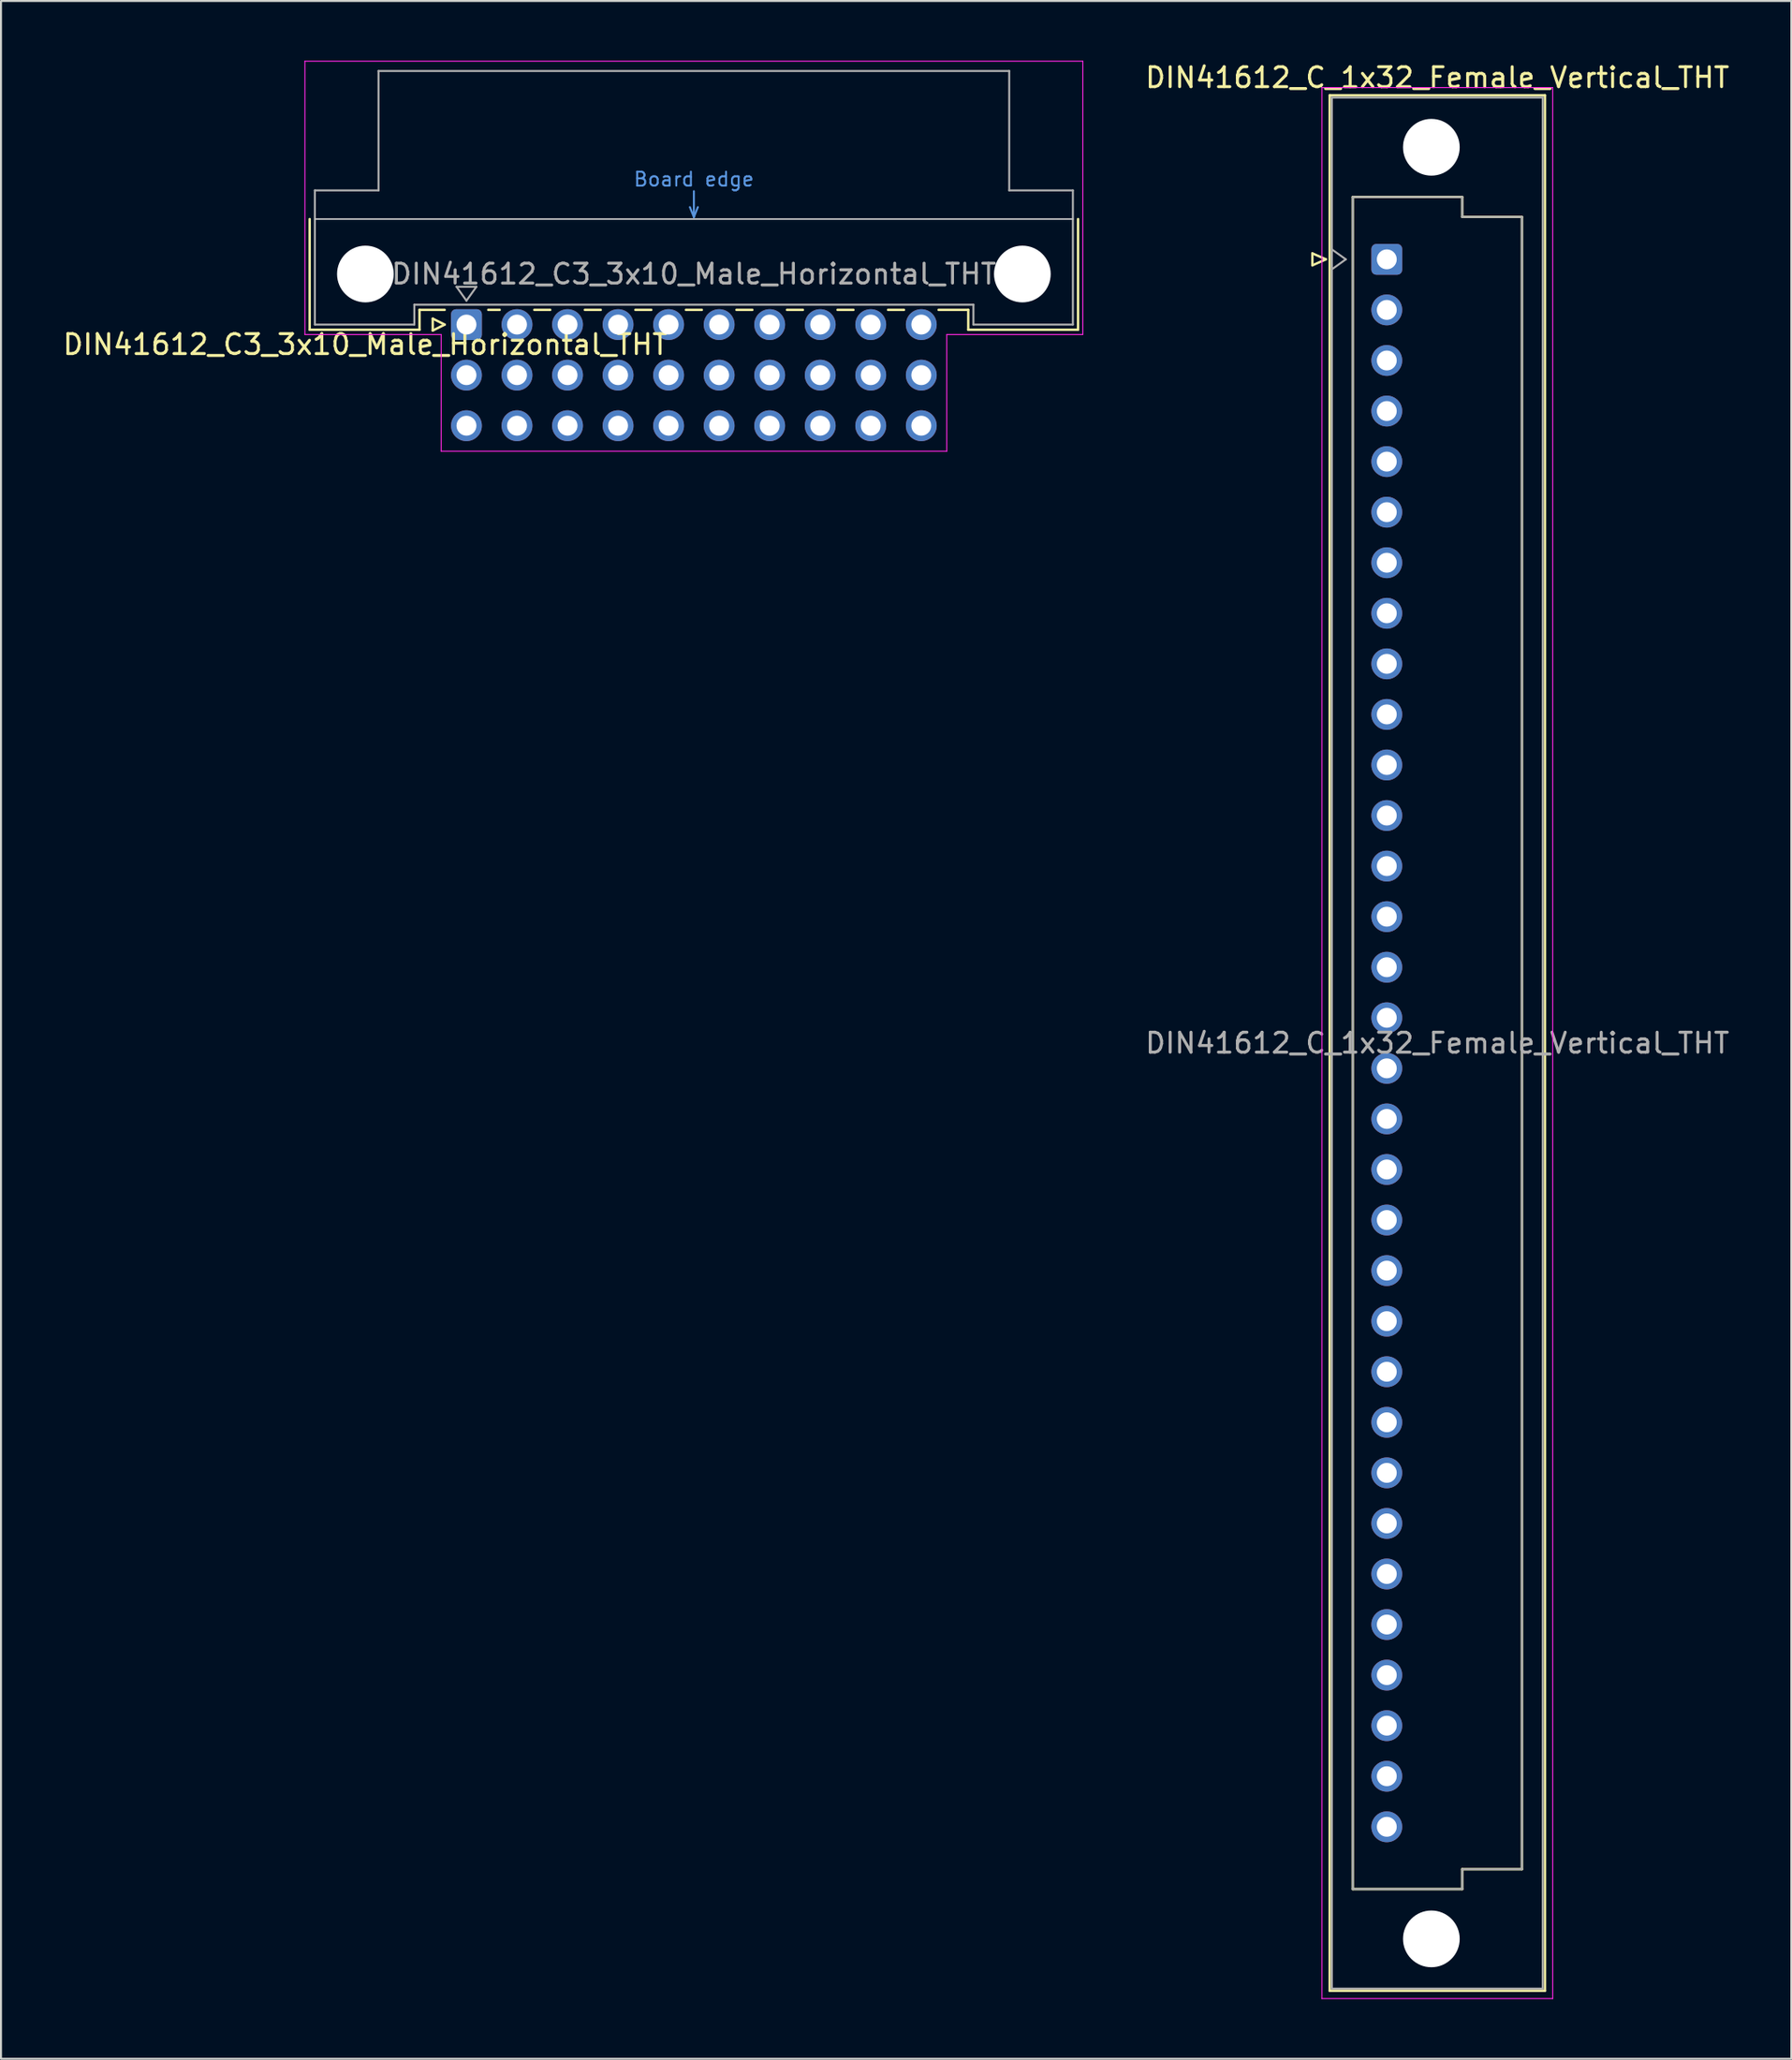
<source format=kicad_pcb>
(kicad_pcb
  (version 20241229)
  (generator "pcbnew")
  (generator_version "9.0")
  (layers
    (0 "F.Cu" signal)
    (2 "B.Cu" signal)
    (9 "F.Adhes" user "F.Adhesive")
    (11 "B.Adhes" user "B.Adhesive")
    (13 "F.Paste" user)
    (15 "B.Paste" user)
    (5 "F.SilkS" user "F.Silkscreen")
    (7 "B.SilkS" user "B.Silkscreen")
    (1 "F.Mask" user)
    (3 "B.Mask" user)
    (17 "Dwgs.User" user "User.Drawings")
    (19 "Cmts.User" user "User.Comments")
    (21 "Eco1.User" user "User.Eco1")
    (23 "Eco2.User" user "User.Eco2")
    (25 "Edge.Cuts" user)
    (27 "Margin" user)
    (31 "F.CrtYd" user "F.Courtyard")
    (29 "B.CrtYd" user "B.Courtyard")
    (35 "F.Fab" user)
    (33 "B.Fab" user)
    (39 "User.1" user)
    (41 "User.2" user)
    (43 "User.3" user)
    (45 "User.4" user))
  (footprint "DIN41612_C_1x32_Female_Vertical_THT"
    (layer "F.Cu")
    (at 66.652 9.978)
    (property "Reference" "DIN41612_C_1x32_Female_Vertical_THT" (at 2.54 -9.13 0) (layer "F.SilkS") (effects (font (size 1 1) (thickness 0.15))))
    (attr through_hole)
    (fp_line (start -3.74 -0.3) (end -3.74 0.3) (stroke (width 0.12) (type solid)) (layer "F.SilkS"))
    (fp_line (start -3.74 0.3) (end -3.06 0) (stroke (width 0.12) (type solid)) (layer "F.SilkS"))
    (fp_line (start -3.06 0) (end -3.74 -0.3) (stroke (width 0.12) (type solid)) (layer "F.SilkS"))
    (fp_line (start -2.87 -8.24) (end 7.95 -8.24) (stroke (width 0.12) (type solid)) (layer "F.SilkS"))
    (fp_line (start -2.87 86.98) (end -2.87 -8.24) (stroke (width 0.12) (type solid)) (layer "F.SilkS"))
    (fp_line (start -1.71 -3.131) (end 3.79 -3.131) (stroke (width 0.12) (type solid)) (layer "F.SilkS"))
    (fp_line (start -1.71 81.87) (end -1.71 -3.131) (stroke (width 0.12) (type solid)) (layer "F.SilkS"))
    (fp_line (start 3.79 -3.131) (end 3.79 -2.131) (stroke (width 0.12) (type solid)) (layer "F.SilkS"))
    (fp_line (start 3.79 -2.131) (end 6.79 -2.131) (stroke (width 0.12) (type solid)) (layer "F.SilkS"))
    (fp_line (start 3.79 80.87) (end 3.79 81.87) (stroke (width 0.12) (type solid)) (layer "F.SilkS"))
    (fp_line (start 3.79 81.87) (end -1.71 81.87) (stroke (width 0.12) (type solid)) (layer "F.SilkS"))
    (fp_line (start 6.79 -2.131) (end 6.79 80.87) (stroke (width 0.12) (type solid)) (layer "F.SilkS"))
    (fp_line (start 6.79 80.87) (end 3.79 80.87) (stroke (width 0.12) (type solid)) (layer "F.SilkS"))
    (fp_line (start 7.95 -8.24) (end 7.95 86.98) (stroke (width 0.12) (type solid)) (layer "F.SilkS"))
    (fp_line (start 7.95 86.98) (end -2.87 86.98) (stroke (width 0.12) (type solid)) (layer "F.SilkS"))
    (fp_line (start -3.26 -8.63) (end 8.34 -8.63) (stroke (width 0.05) (type solid)) (layer "F.CrtYd"))
    (fp_line (start -3.26 87.37) (end -3.26 -8.63) (stroke (width 0.05) (type solid)) (layer "F.CrtYd"))
    (fp_line (start 8.34 -8.63) (end 8.34 87.37) (stroke (width 0.05) (type solid)) (layer "F.CrtYd"))
    (fp_line (start 8.34 87.37) (end -3.26 87.37) (stroke (width 0.05) (type solid)) (layer "F.CrtYd"))
    (fp_line (start -2.76 -8.13) (end 7.84 -8.13) (stroke (width 0.1) (type solid)) (layer "F.Fab"))
    (fp_line (start -2.76 -0.5) (end -2.06 0) (stroke (width 0.1) (type solid)) (layer "F.Fab"))
    (fp_line (start -2.76 86.87) (end -2.76 -8.13) (stroke (width 0.1) (type solid)) (layer "F.Fab"))
    (fp_line (start -2.06 0) (end -2.76 0.5) (stroke (width 0.1) (type solid)) (layer "F.Fab"))
    (fp_line (start -1.71 -3.13) (end 3.79 -3.13) (stroke (width 0.1) (type solid)) (layer "F.Fab"))
    (fp_line (start -1.71 81.87) (end -1.71 -3.13) (stroke (width 0.1) (type solid)) (layer "F.Fab"))
    (fp_line (start 3.79 -3.13) (end 3.79 -2.13) (stroke (width 0.1) (type solid)) (layer "F.Fab"))
    (fp_line (start 3.79 -2.13) (end 6.79 -2.13) (stroke (width 0.1) (type solid)) (layer "F.Fab"))
    (fp_line (start 3.79 80.87) (end 3.79 81.87) (stroke (width 0.1) (type solid)) (layer "F.Fab"))
    (fp_line (start 3.79 81.87) (end -1.71 81.87) (stroke (width 0.1) (type solid)) (layer "F.Fab"))
    (fp_line (start 6.79 -2.13) (end 6.79 80.87) (stroke (width 0.1) (type solid)) (layer "F.Fab"))
    (fp_line (start 6.79 80.87) (end 3.79 80.87) (stroke (width 0.1) (type solid)) (layer "F.Fab"))
    (fp_line (start 7.84 -8.13) (end 7.84 86.87) (stroke (width 0.1) (type solid)) (layer "F.Fab"))
    (fp_line (start 7.84 86.87) (end -2.76 86.87) (stroke (width 0.1) (type solid)) (layer "F.Fab"))
    (fp_text user "${REFERENCE}" (at 2.54 39.37 0) (layer "F.Fab") (effects (font (size 1 1) (thickness 0.15))))
    (pad "" np_thru_hole circle (at 2.24 -5.63) (size 2.85 2.85) (drill 2.85) (layers "*.Cu" "*.Mask"))
    (pad "" np_thru_hole circle (at 2.24 84.37) (size 2.85 2.85) (drill 2.85) (layers "*.Cu" "*.Mask"))
    (pad "a1" thru_hole roundrect (at 0 0) (size 1.55 1.55) (drill 1) (layers "*.Cu" "*.Mask") (roundrect_rratio 0.161))
    (pad "a2" thru_hole circle (at 0 2.54) (size 1.55 1.55) (drill 1) (layers "*.Cu" "*.Mask"))
    (pad "a3" thru_hole circle (at 0 5.08) (size 1.55 1.55) (drill 1) (layers "*.Cu" "*.Mask"))
    (pad "a4" thru_hole circle (at 0 7.62) (size 1.55 1.55) (drill 1) (layers "*.Cu" "*.Mask"))
    (pad "a5" thru_hole circle (at 0 10.16) (size 1.55 1.55) (drill 1) (layers "*.Cu" "*.Mask"))
    (pad "a6" thru_hole circle (at 0 12.7) (size 1.55 1.55) (drill 1) (layers "*.Cu" "*.Mask"))
    (pad "a7" thru_hole circle (at 0 15.24) (size 1.55 1.55) (drill 1) (layers "*.Cu" "*.Mask"))
    (pad "a8" thru_hole circle (at 0 17.78) (size 1.55 1.55) (drill 1) (layers "*.Cu" "*.Mask"))
    (pad "a9" thru_hole circle (at 0 20.32) (size 1.55 1.55) (drill 1) (layers "*.Cu" "*.Mask"))
    (pad "a10" thru_hole circle (at 0 22.86) (size 1.55 1.55) (drill 1) (layers "*.Cu" "*.Mask"))
    (pad "a11" thru_hole circle (at 0 25.4) (size 1.55 1.55) (drill 1) (layers "*.Cu" "*.Mask"))
    (pad "a12" thru_hole circle (at 0 27.94) (size 1.55 1.55) (drill 1) (layers "*.Cu" "*.Mask"))
    (pad "a13" thru_hole circle (at 0 30.48) (size 1.55 1.55) (drill 1) (layers "*.Cu" "*.Mask"))
    (pad "a14" thru_hole circle (at 0 33.02) (size 1.55 1.55) (drill 1) (layers "*.Cu" "*.Mask"))
    (pad "a15" thru_hole circle (at 0 35.56) (size 1.55 1.55) (drill 1) (layers "*.Cu" "*.Mask"))
    (pad "a16" thru_hole circle (at 0 38.1) (size 1.55 1.55) (drill 1) (layers "*.Cu" "*.Mask"))
    (pad "a17" thru_hole circle (at 0 40.64) (size 1.55 1.55) (drill 1) (layers "*.Cu" "*.Mask"))
    (pad "a18" thru_hole circle (at 0 43.18) (size 1.55 1.55) (drill 1) (layers "*.Cu" "*.Mask"))
    (pad "a19" thru_hole circle (at 0 45.72) (size 1.55 1.55) (drill 1) (layers "*.Cu" "*.Mask"))
    (pad "a20" thru_hole circle (at 0 48.26) (size 1.55 1.55) (drill 1) (layers "*.Cu" "*.Mask"))
    (pad "a21" thru_hole circle (at 0 50.8) (size 1.55 1.55) (drill 1) (layers "*.Cu" "*.Mask"))
    (pad "a22" thru_hole circle (at 0 53.34) (size 1.55 1.55) (drill 1) (layers "*.Cu" "*.Mask"))
    (pad "a23" thru_hole circle (at 0 55.88) (size 1.55 1.55) (drill 1) (layers "*.Cu" "*.Mask"))
    (pad "a24" thru_hole circle (at 0 58.42) (size 1.55 1.55) (drill 1) (layers "*.Cu" "*.Mask"))
    (pad "a25" thru_hole circle (at 0 60.96) (size 1.55 1.55) (drill 1) (layers "*.Cu" "*.Mask"))
    (pad "a26" thru_hole circle (at 0 63.5) (size 1.55 1.55) (drill 1) (layers "*.Cu" "*.Mask"))
    (pad "a27" thru_hole circle (at 0 66.04) (size 1.55 1.55) (drill 1) (layers "*.Cu" "*.Mask"))
    (pad "a28" thru_hole circle (at 0 68.58) (size 1.55 1.55) (drill 1) (layers "*.Cu" "*.Mask"))
    (pad "a29" thru_hole circle (at 0 71.12) (size 1.55 1.55) (drill 1) (layers "*.Cu" "*.Mask"))
    (pad "a30" thru_hole circle (at 0 73.66) (size 1.55 1.55) (drill 1) (layers "*.Cu" "*.Mask"))
    (pad "a31" thru_hole circle (at 0 76.2) (size 1.55 1.55) (drill 1) (layers "*.Cu" "*.Mask"))
    (pad "a32" thru_hole circle (at 0 78.74) (size 1.55 1.55) (drill 1) (layers "*.Cu" "*.Mask")))
  (footprint "DIN41612_C3_3x10_Male_Horizontal_THT"
    (layer "F.Cu")
    (at 20.395 13.255)
    (property "Reference" "DIN41612_C3_3x10_Male_Horizontal_THT" (at -5.08 1 0) (layer "F.SilkS") (effects (font (size 1 1) (thickness 0.15))))
    (attr through_hole)
    (fp_line (start -7.88 -5.3) (end -7.88 0.26) (stroke (width 0.12) (type solid)) (layer "F.SilkS"))
    (fp_line (start -7.88 0.26) (end -2.36 0.26) (stroke (width 0.12) (type solid)) (layer "F.SilkS"))
    (fp_line (start -2.361 -0.74) (end -1.095 -0.74) (stroke (width 0.12) (type solid)) (layer "F.SilkS"))
    (fp_line (start -2.36 0.26) (end -2.36 -0.74) (stroke (width 0.12) (type solid)) (layer "F.SilkS"))
    (fp_line (start -1.695 -0.3) (end -1.695 0.3) (stroke (width 0.12) (type solid)) (layer "F.SilkS"))
    (fp_line (start -1.695 0.3) (end -1.095 0) (stroke (width 0.12) (type solid)) (layer "F.SilkS"))
    (fp_line (start -1.095 0) (end -1.695 -0.3) (stroke (width 0.12) (type solid)) (layer "F.SilkS"))
    (fp_line (start 1.095 -0.74) (end 1.671 -0.74) (stroke (width 0.12) (type solid)) (layer "F.SilkS"))
    (fp_line (start 3.41 -0.74) (end 4.211 -0.74) (stroke (width 0.12) (type solid)) (layer "F.SilkS"))
    (fp_line (start 5.95 -0.74) (end 6.751 -0.74) (stroke (width 0.12) (type solid)) (layer "F.SilkS"))
    (fp_line (start 8.49 -0.74) (end 9.291 -0.74) (stroke (width 0.12) (type solid)) (layer "F.SilkS"))
    (fp_line (start 11.03 -0.74) (end 11.831 -0.74) (stroke (width 0.12) (type solid)) (layer "F.SilkS"))
    (fp_line (start 13.57 -0.74) (end 14.371 -0.74) (stroke (width 0.12) (type solid)) (layer "F.SilkS"))
    (fp_line (start 16.11 -0.74) (end 16.911 -0.74) (stroke (width 0.12) (type solid)) (layer "F.SilkS"))
    (fp_line (start 18.65 -0.74) (end 19.451 -0.74) (stroke (width 0.12) (type solid)) (layer "F.SilkS"))
    (fp_line (start 21.19 -0.74) (end 21.991 -0.74) (stroke (width 0.12) (type solid)) (layer "F.SilkS"))
    (fp_line (start 23.73 -0.74) (end 25.22 -0.74) (stroke (width 0.12) (type solid)) (layer "F.SilkS"))
    (fp_line (start 25.22 0.26) (end 25.22 -0.74) (stroke (width 0.12) (type solid)) (layer "F.SilkS"))
    (fp_line (start 30.74 -5.3) (end 30.74 0.26) (stroke (width 0.12) (type solid)) (layer "F.SilkS"))
    (fp_line (start 30.74 0.26) (end 25.22 0.26) (stroke (width 0.12) (type solid)) (layer "F.SilkS"))
    (fp_line (start -7.62 -5.3) (end 30.48 -5.3) (stroke (width 0.08) (type solid)) (layer "Dwgs.User"))
    (fp_line (start 11.23 -5.9) (end 11.43 -5.4) (stroke (width 0.1) (type solid)) (layer "Cmts.User"))
    (fp_line (start 11.43 -5.4) (end 11.43 -6.7) (stroke (width 0.1) (type solid)) (layer "Cmts.User"))
    (fp_line (start 11.43 -5.4) (end 11.63 -5.9) (stroke (width 0.1) (type solid)) (layer "Cmts.User"))
    (fp_line (start -8.12 -13.23) (end -8.12 0.5) (stroke (width 0.05) (type solid)) (layer "F.CrtYd"))
    (fp_line (start -8.12 0.5) (end -1.27 0.5) (stroke (width 0.05) (type solid)) (layer "F.CrtYd"))
    (fp_line (start -1.27 0.5) (end -1.27 6.36) (stroke (width 0.05) (type solid)) (layer "F.CrtYd"))
    (fp_line (start -1.27 6.36) (end 24.14 6.36) (stroke (width 0.05) (type solid)) (layer "F.CrtYd"))
    (fp_line (start 24.14 0.5) (end 30.98 0.5) (stroke (width 0.05) (type solid)) (layer "F.CrtYd"))
    (fp_line (start 24.14 6.36) (end 24.14 0.5) (stroke (width 0.05) (type solid)) (layer "F.CrtYd"))
    (fp_line (start 30.98 -13.23) (end -8.12 -13.23) (stroke (width 0.05) (type solid)) (layer "F.CrtYd"))
    (fp_line (start 30.98 0.5) (end 30.98 -13.23) (stroke (width 0.05) (type solid)) (layer "F.CrtYd"))
    (fp_line (start -7.62 -6.74) (end -7.62 0) (stroke (width 0.1) (type solid)) (layer "F.Fab"))
    (fp_line (start -7.62 0) (end -2.62 0) (stroke (width 0.1) (type solid)) (layer "F.Fab"))
    (fp_line (start -4.42 -12.74) (end -4.42 -6.74) (stroke (width 0.1) (type solid)) (layer "F.Fab"))
    (fp_line (start -4.42 -6.74) (end -7.62 -6.74) (stroke (width 0.1) (type solid)) (layer "F.Fab"))
    (fp_line (start -2.62 -1) (end 25.48 -1) (stroke (width 0.1) (type solid)) (layer "F.Fab"))
    (fp_line (start -2.62 0) (end -2.62 -1) (stroke (width 0.1) (type solid)) (layer "F.Fab"))
    (fp_line (start -0.5 -1.9) (end 0.5 -1.9) (stroke (width 0.1) (type solid)) (layer "F.Fab"))
    (fp_line (start 0 -1.2) (end -0.5 -1.9) (stroke (width 0.1) (type solid)) (layer "F.Fab"))
    (fp_line (start 0.5 -1.9) (end 0 -1.2) (stroke (width 0.1) (type solid)) (layer "F.Fab"))
    (fp_line (start 25.48 -1) (end 25.48 0) (stroke (width 0.1) (type solid)) (layer "F.Fab"))
    (fp_line (start 25.48 0) (end 30.48 0) (stroke (width 0.1) (type solid)) (layer "F.Fab"))
    (fp_line (start 27.28 -12.74) (end -4.42 -12.74) (stroke (width 0.1) (type solid)) (layer "F.Fab"))
    (fp_line (start 27.28 -6.74) (end 27.28 -12.74) (stroke (width 0.1) (type solid)) (layer "F.Fab"))
    (fp_line (start 30.48 -6.74) (end 27.28 -6.74) (stroke (width 0.1) (type solid)) (layer "F.Fab"))
    (fp_line (start 30.48 0) (end 30.48 -6.74) (stroke (width 0.1) (type solid)) (layer "F.Fab"))
    (fp_text user "Board edge" (at 11.43 -7.3 0) (layer "Cmts.User") (effects (font (size 0.7 0.7) (thickness 0.1))))
    (fp_text user "${REFERENCE}" (at 11.43 -2.54 0) (layer "F.Fab") (effects (font (size 1 1) (thickness 0.15))))
    (pad "" np_thru_hole circle (at -5.08 -2.54) (size 2.85 2.85) (drill 2.85) (layers "*.Cu" "*.Mask"))
    (pad "" np_thru_hole circle (at 27.94 -2.54) (size 2.85 2.85) (drill 2.85) (layers "*.Cu" "*.Mask"))
    (pad "a1" thru_hole roundrect (at 0 0) (size 1.55 1.55) (drill 1) (layers "*.Cu" "*.Mask") (roundrect_rratio 0.161))
    (pad "a2" thru_hole circle (at 2.54 0) (size 1.55 1.55) (drill 1) (layers "*.Cu" "*.Mask"))
    (pad "a3" thru_hole circle (at 5.08 0) (size 1.55 1.55) (drill 1) (layers "*.Cu" "*.Mask"))
    (pad "a4" thru_hole circle (at 7.62 0) (size 1.55 1.55) (drill 1) (layers "*.Cu" "*.Mask"))
    (pad "a5" thru_hole circle (at 10.16 0) (size 1.55 1.55) (drill 1) (layers "*.Cu" "*.Mask"))
    (pad "a6" thru_hole circle (at 12.7 0) (size 1.55 1.55) (drill 1) (layers "*.Cu" "*.Mask"))
    (pad "a7" thru_hole circle (at 15.24 0) (size 1.55 1.55) (drill 1) (layers "*.Cu" "*.Mask"))
    (pad "a8" thru_hole circle (at 17.78 0) (size 1.55 1.55) (drill 1) (layers "*.Cu" "*.Mask"))
    (pad "a9" thru_hole circle (at 20.32 0) (size 1.55 1.55) (drill 1) (layers "*.Cu" "*.Mask"))
    (pad "a10" thru_hole circle (at 22.86 0) (size 1.55 1.55) (drill 1) (layers "*.Cu" "*.Mask"))
    (pad "b1" thru_hole circle (at 0 2.54) (size 1.55 1.55) (drill 1) (layers "*.Cu" "*.Mask"))
    (pad "b2" thru_hole circle (at 2.54 2.54) (size 1.55 1.55) (drill 1) (layers "*.Cu" "*.Mask"))
    (pad "b3" thru_hole circle (at 5.08 2.54) (size 1.55 1.55) (drill 1) (layers "*.Cu" "*.Mask"))
    (pad "b4" thru_hole circle (at 7.62 2.54) (size 1.55 1.55) (drill 1) (layers "*.Cu" "*.Mask"))
    (pad "b5" thru_hole circle (at 10.16 2.54) (size 1.55 1.55) (drill 1) (layers "*.Cu" "*.Mask"))
    (pad "b6" thru_hole circle (at 12.7 2.54) (size 1.55 1.55) (drill 1) (layers "*.Cu" "*.Mask"))
    (pad "b7" thru_hole circle (at 15.24 2.54) (size 1.55 1.55) (drill 1) (layers "*.Cu" "*.Mask"))
    (pad "b8" thru_hole circle (at 17.78 2.54) (size 1.55 1.55) (drill 1) (layers "*.Cu" "*.Mask"))
    (pad "b9" thru_hole circle (at 20.32 2.54) (size 1.55 1.55) (drill 1) (layers "*.Cu" "*.Mask"))
    (pad "b10" thru_hole circle (at 22.86 2.54) (size 1.55 1.55) (drill 1) (layers "*.Cu" "*.Mask"))
    (pad "c1" thru_hole circle (at 0 5.08) (size 1.55 1.55) (drill 1) (layers "*.Cu" "*.Mask"))
    (pad "c2" thru_hole circle (at 2.54 5.08) (size 1.55 1.55) (drill 1) (layers "*.Cu" "*.Mask"))
    (pad "c3" thru_hole circle (at 5.08 5.08) (size 1.55 1.55) (drill 1) (layers "*.Cu" "*.Mask"))
    (pad "c4" thru_hole circle (at 7.62 5.08) (size 1.55 1.55) (drill 1) (layers "*.Cu" "*.Mask"))
    (pad "c5" thru_hole circle (at 10.16 5.08) (size 1.55 1.55) (drill 1) (layers "*.Cu" "*.Mask"))
    (pad "c6" thru_hole circle (at 12.7 5.08) (size 1.55 1.55) (drill 1) (layers "*.Cu" "*.Mask"))
    (pad "c7" thru_hole circle (at 15.24 5.08) (size 1.55 1.55) (drill 1) (layers "*.Cu" "*.Mask"))
    (pad "c8" thru_hole circle (at 17.78 5.08) (size 1.55 1.55) (drill 1) (layers "*.Cu" "*.Mask"))
    (pad "c9" thru_hole circle (at 20.32 5.08) (size 1.55 1.55) (drill 1) (layers "*.Cu" "*.Mask"))
    (pad "c10" thru_hole circle (at 22.86 5.08) (size 1.55 1.55) (drill 1) (layers "*.Cu" "*.Mask")))
  (gr_rect
    (start -3 -3)
    (end 86.984 100.373)
    (stroke (width 0.1) (type default))
    (fill no)
    (layer "Edge.Cuts")))
</source>
